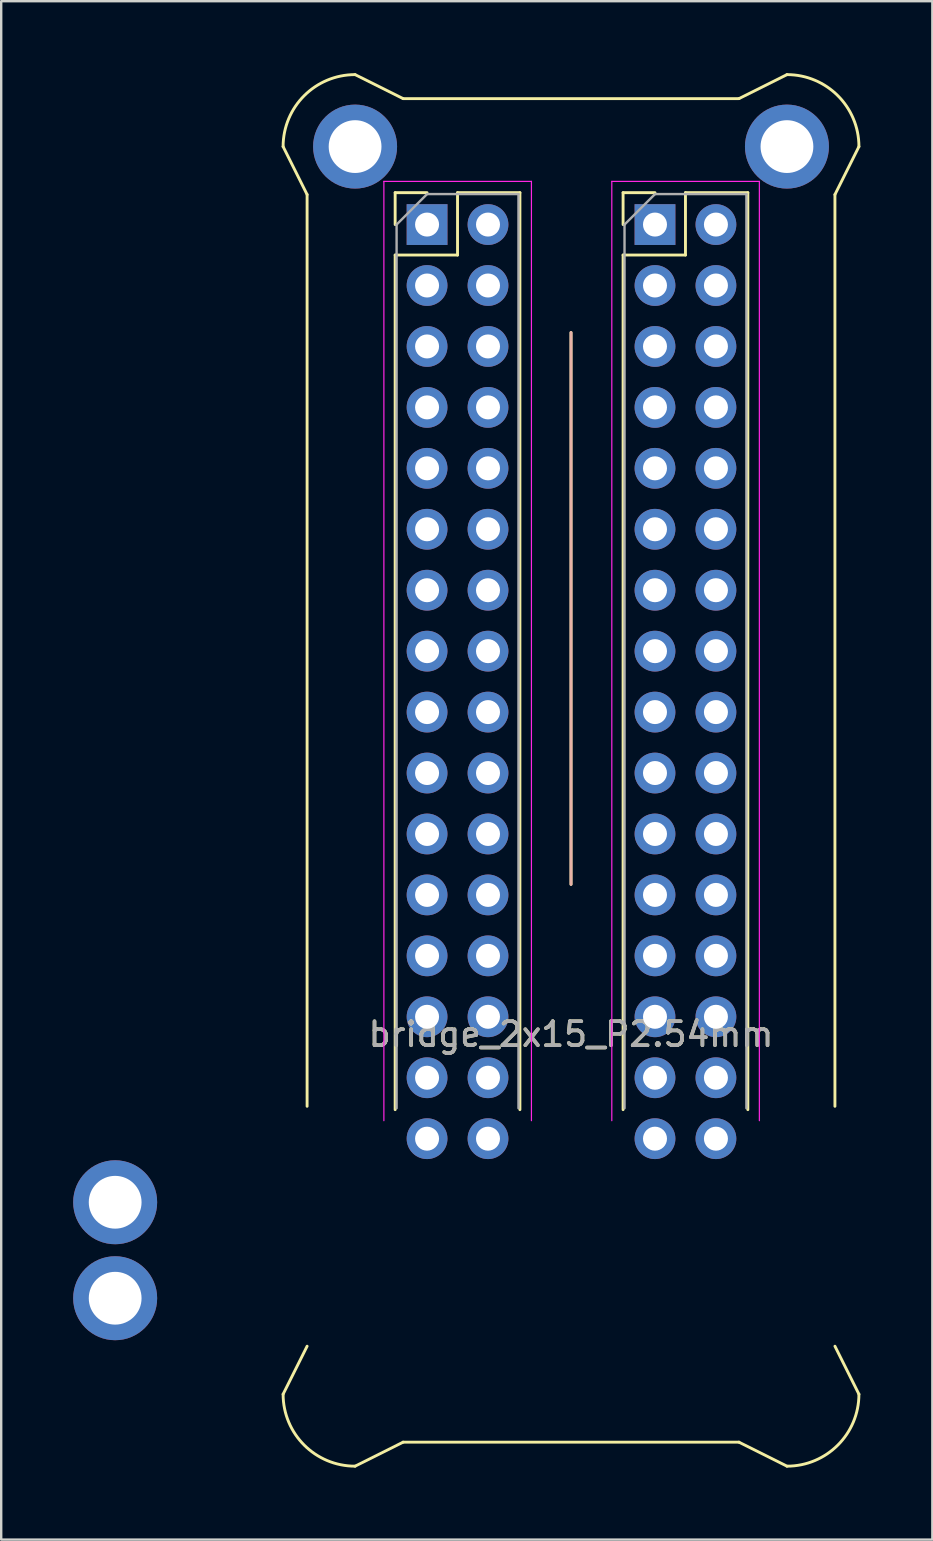
<source format=kicad_pcb>
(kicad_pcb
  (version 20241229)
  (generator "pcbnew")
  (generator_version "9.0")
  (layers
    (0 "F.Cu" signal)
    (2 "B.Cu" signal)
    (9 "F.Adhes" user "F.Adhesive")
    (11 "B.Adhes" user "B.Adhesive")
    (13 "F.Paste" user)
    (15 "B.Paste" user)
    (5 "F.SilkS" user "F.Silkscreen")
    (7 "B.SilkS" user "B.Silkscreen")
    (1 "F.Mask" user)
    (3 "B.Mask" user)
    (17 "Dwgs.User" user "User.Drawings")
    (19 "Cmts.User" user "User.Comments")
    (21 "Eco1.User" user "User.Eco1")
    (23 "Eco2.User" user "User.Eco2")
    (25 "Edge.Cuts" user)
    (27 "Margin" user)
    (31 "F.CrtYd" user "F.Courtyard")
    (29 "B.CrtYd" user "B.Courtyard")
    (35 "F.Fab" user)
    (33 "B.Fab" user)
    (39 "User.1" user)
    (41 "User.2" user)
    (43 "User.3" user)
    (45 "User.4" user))
  (footprint "bridge_2x15_P2.54mm"
    (layer "F.Cu")
    (at 20.75 24.06)
    (property "Reference" "bridge_2x15_P2.54mm" (at 0 16 0) (layer "F.SilkS") (effects (font (size 1 1) (thickness 0.15))))
    (attr through_hole)
    (fp_line (start -12 -21) (end -11 -19) (stroke (width 0.12) (type solid)) (layer "F.SilkS"))
    (fp_line (start -11 -19) (end -11 19) (stroke (width 0.12) (type solid)) (layer "F.SilkS"))
    (fp_line (start -11 29) (end -12 31) (stroke (width 0.12) (type solid)) (layer "F.SilkS"))
    (fp_line (start -9 -24) (end -7 -23) (stroke (width 0.12) (type solid)) (layer "F.SilkS"))
    (fp_line (start -7.33 -19.08) (end -6 -19.08) (stroke (width 0.12) (type solid)) (layer "F.SilkS"))
    (fp_line (start -7.33 -17.75) (end -7.33 -19.08) (stroke (width 0.12) (type solid)) (layer "F.SilkS"))
    (fp_line (start -7.33 -16.48) (end -7.33 19.14) (stroke (width 0.12) (type solid)) (layer "F.SilkS"))
    (fp_line (start -7.33 -16.48) (end -4.73 -16.48) (stroke (width 0.12) (type solid)) (layer "F.SilkS"))
    (fp_line (start -7 -23) (end 7 -23) (stroke (width 0.12) (type solid)) (layer "F.SilkS"))
    (fp_line (start -7 33) (end -9 34) (stroke (width 0.12) (type solid)) (layer "F.SilkS"))
    (fp_line (start -7 33) (end 7 33) (stroke (width 0.12) (type solid)) (layer "F.SilkS"))
    (fp_line (start -4.73 -19.08) (end -2.13 -19.08) (stroke (width 0.12) (type solid)) (layer "F.SilkS"))
    (fp_line (start -4.73 -16.48) (end -4.73 -19.08) (stroke (width 0.12) (type solid)) (layer "F.SilkS"))
    (fp_line (start -2.13 -19.08) (end -2.13 19.14) (stroke (width 0.12) (type solid)) (layer "F.SilkS"))
    (fp_line (start 0 -13.25) (end 0 9.75) (stroke (width 0.12) (type solid)) (layer "F.SilkS"))
    (fp_line (start 2.17 -19.08) (end 3.5 -19.08) (stroke (width 0.12) (type solid)) (layer "F.SilkS"))
    (fp_line (start 2.17 -17.75) (end 2.17 -19.08) (stroke (width 0.12) (type solid)) (layer "F.SilkS"))
    (fp_line (start 2.17 -16.48) (end 2.17 19.14) (stroke (width 0.12) (type solid)) (layer "F.SilkS"))
    (fp_line (start 2.17 -16.48) (end 4.77 -16.48) (stroke (width 0.12) (type solid)) (layer "F.SilkS"))
    (fp_line (start 4.77 -19.08) (end 7.37 -19.08) (stroke (width 0.12) (type solid)) (layer "F.SilkS"))
    (fp_line (start 4.77 -16.48) (end 4.77 -19.08) (stroke (width 0.12) (type solid)) (layer "F.SilkS"))
    (fp_line (start 7 -23) (end 9 -24) (stroke (width 0.12) (type solid)) (layer "F.SilkS"))
    (fp_line (start 7 33) (end 9 34) (stroke (width 0.12) (type solid)) (layer "F.SilkS"))
    (fp_line (start 7.37 -19.08) (end 7.37 19.14) (stroke (width 0.12) (type solid)) (layer "F.SilkS"))
    (fp_line (start 11 -19) (end 11 19) (stroke (width 0.12) (type solid)) (layer "F.SilkS"))
    (fp_line (start 11 -19) (end 12 -21) (stroke (width 0.12) (type solid)) (layer "F.SilkS"))
    (fp_line (start 11 29) (end 12 31) (stroke (width 0.12) (type solid)) (layer "F.SilkS"))
    (fp_arc (start -12 -21) (mid -11.12132 -23.12132) (end -9 -24) (stroke (width 0.12) (type solid)) (layer "F.SilkS"))
    (fp_arc (start -9 34) (mid -11.12132 33.12132) (end -12 31) (stroke (width 0.12) (type solid)) (layer "F.SilkS"))
    (fp_arc (start 9 -24) (mid 11.12132 -23.12132) (end 12 -21) (stroke (width 0.12) (type solid)) (layer "F.SilkS"))
    (fp_arc (start 12 31) (mid 11.12132 33.12132) (end 9 34) (stroke (width 0.12) (type solid)) (layer "F.SilkS"))
    (fp_line (start 0 -13.25) (end 0 9.75) (stroke (width 0.12) (type solid)) (layer "B.SilkS"))
    (fp_line (start -7.8 -19.55) (end -7.8 19.6) (stroke (width 0.05) (type solid)) (layer "F.CrtYd"))
    (fp_line (start -1.65 -19.55) (end -7.8 -19.55) (stroke (width 0.05) (type solid)) (layer "F.CrtYd"))
    (fp_line (start -1.65 19.6) (end -1.65 -19.55) (stroke (width 0.05) (type solid)) (layer "F.CrtYd"))
    (fp_line (start 1.7 -19.55) (end 1.7 19.6) (stroke (width 0.05) (type solid)) (layer "F.CrtYd"))
    (fp_line (start 7.85 -19.55) (end 1.7 -19.55) (stroke (width 0.05) (type solid)) (layer "F.CrtYd"))
    (fp_line (start 7.85 19.6) (end 7.85 -19.55) (stroke (width 0.05) (type solid)) (layer "F.CrtYd"))
    (fp_line (start -7.27 -17.75) (end -6 -19.02) (stroke (width 0.1) (type solid)) (layer "F.Fab"))
    (fp_line (start -7.27 19.08) (end -7.27 -17.75) (stroke (width 0.1) (type solid)) (layer "F.Fab"))
    (fp_line (start -6 -19.02) (end -2.19 -19.02) (stroke (width 0.1) (type solid)) (layer "F.Fab"))
    (fp_line (start -2.19 -19.02) (end -2.19 19.08) (stroke (width 0.1) (type solid)) (layer "F.Fab"))
    (fp_line (start 2.23 -17.75) (end 3.5 -19.02) (stroke (width 0.1) (type solid)) (layer "F.Fab"))
    (fp_line (start 2.23 19.08) (end 2.23 -17.75) (stroke (width 0.1) (type solid)) (layer "F.Fab"))
    (fp_line (start 3.5 -19.02) (end 7.31 -19.02) (stroke (width 0.1) (type solid)) (layer "F.Fab"))
    (fp_line (start 7.31 -19.02) (end 7.31 19.08) (stroke (width 0.1) (type solid)) (layer "F.Fab"))
    (fp_text user "${REFERENCE}" (at 0 16 180) (layer "F.Fab") (effects (font (size 1 1) (thickness 0.15))))
    (pad "" thru_hole circle (at -19 23) (size 3.5 3.5) (drill 2.2) (layers "*.Cu" "*.Mask"))
    (pad "" thru_hole circle (at -19 27) (size 3.5 3.5) (drill 2.2) (layers "*.Cu" "*.Mask"))
    (pad "" thru_hole circle (at -9 -21) (size 3.5 3.5) (drill 2.2) (layers "*.Cu" "*.Mask"))
    (pad "" thru_hole circle (at 9 -21) (size 3.5 3.5) (drill 2.2) (layers "*.Cu" "*.Mask"))
    (pad "1" thru_hole rect (at -6 -17.75) (size 1.7 1.7) (drill 1) (layers "*.Cu" "*.Mask"))
    (pad "1" thru_hole rect (at 3.5 -17.75) (size 1.7 1.7) (drill 1) (layers "*.Cu" "*.Mask"))
    (pad "2" thru_hole oval (at -3.46 -17.75) (size 1.7 1.7) (drill 1) (layers "*.Cu" "*.Mask"))
    (pad "2" thru_hole oval (at 6.04 -17.75) (size 1.7 1.7) (drill 1) (layers "*.Cu" "*.Mask"))
    (pad "3" thru_hole oval (at -6 -15.21) (size 1.7 1.7) (drill 1) (layers "*.Cu" "*.Mask"))
    (pad "3" thru_hole oval (at 3.5 -15.21) (size 1.7 1.7) (drill 1) (layers "*.Cu" "*.Mask"))
    (pad "4" thru_hole oval (at -3.46 -15.21) (size 1.7 1.7) (drill 1) (layers "*.Cu" "*.Mask"))
    (pad "4" thru_hole oval (at 6.04 -15.21) (size 1.7 1.7) (drill 1) (layers "*.Cu" "*.Mask"))
    (pad "5" thru_hole oval (at -6 -12.67) (size 1.7 1.7) (drill 1) (layers "*.Cu" "*.Mask"))
    (pad "5" thru_hole oval (at 3.5 -12.67) (size 1.7 1.7) (drill 1) (layers "*.Cu" "*.Mask"))
    (pad "6" thru_hole oval (at -3.46 -12.67) (size 1.7 1.7) (drill 1) (layers "*.Cu" "*.Mask"))
    (pad "6" thru_hole oval (at 6.04 -12.67) (size 1.7 1.7) (drill 1) (layers "*.Cu" "*.Mask"))
    (pad "7" thru_hole oval (at -6 -10.13) (size 1.7 1.7) (drill 1) (layers "*.Cu" "*.Mask"))
    (pad "7" thru_hole oval (at 3.5 -10.13) (size 1.7 1.7) (drill 1) (layers "*.Cu" "*.Mask"))
    (pad "8" thru_hole oval (at -3.46 -10.13) (size 1.7 1.7) (drill 1) (layers "*.Cu" "*.Mask"))
    (pad "8" thru_hole oval (at 6.04 -10.13) (size 1.7 1.7) (drill 1) (layers "*.Cu" "*.Mask"))
    (pad "9" thru_hole oval (at -6 -7.59) (size 1.7 1.7) (drill 1) (layers "*.Cu" "*.Mask"))
    (pad "9" thru_hole oval (at 3.5 -7.59) (size 1.7 1.7) (drill 1) (layers "*.Cu" "*.Mask"))
    (pad "10" thru_hole oval (at -3.46 -7.59) (size 1.7 1.7) (drill 1) (layers "*.Cu" "*.Mask"))
    (pad "10" thru_hole oval (at 6.04 -7.59) (size 1.7 1.7) (drill 1) (layers "*.Cu" "*.Mask"))
    (pad "11" thru_hole oval (at -6 -5.05) (size 1.7 1.7) (drill 1) (layers "*.Cu" "*.Mask"))
    (pad "11" thru_hole oval (at 3.5 -5.05) (size 1.7 1.7) (drill 1) (layers "*.Cu" "*.Mask"))
    (pad "12" thru_hole oval (at -3.46 -5.05) (size 1.7 1.7) (drill 1) (layers "*.Cu" "*.Mask"))
    (pad "12" thru_hole oval (at 6.04 -5.05) (size 1.7 1.7) (drill 1) (layers "*.Cu" "*.Mask"))
    (pad "13" thru_hole oval (at -6 -2.51) (size 1.7 1.7) (drill 1) (layers "*.Cu" "*.Mask"))
    (pad "13" thru_hole oval (at 3.5 -2.51) (size 1.7 1.7) (drill 1) (layers "*.Cu" "*.Mask"))
    (pad "14" thru_hole oval (at -3.46 -2.51) (size 1.7 1.7) (drill 1) (layers "*.Cu" "*.Mask"))
    (pad "14" thru_hole oval (at 6.04 -2.51) (size 1.7 1.7) (drill 1) (layers "*.Cu" "*.Mask"))
    (pad "15" thru_hole oval (at -6 0.03) (size 1.7 1.7) (drill 1) (layers "*.Cu" "*.Mask"))
    (pad "15" thru_hole oval (at 3.5 0.03) (size 1.7 1.7) (drill 1) (layers "*.Cu" "*.Mask"))
    (pad "16" thru_hole oval (at -3.46 0.03) (size 1.7 1.7) (drill 1) (layers "*.Cu" "*.Mask"))
    (pad "16" thru_hole oval (at 6.04 0.03) (size 1.7 1.7) (drill 1) (layers "*.Cu" "*.Mask"))
    (pad "17" thru_hole oval (at -6 2.57) (size 1.7 1.7) (drill 1) (layers "*.Cu" "*.Mask"))
    (pad "17" thru_hole oval (at 3.5 2.57) (size 1.7 1.7) (drill 1) (layers "*.Cu" "*.Mask"))
    (pad "18" thru_hole oval (at -3.46 2.57) (size 1.7 1.7) (drill 1) (layers "*.Cu" "*.Mask"))
    (pad "18" thru_hole oval (at 6.04 2.57) (size 1.7 1.7) (drill 1) (layers "*.Cu" "*.Mask"))
    (pad "19" thru_hole oval (at -6 5.11) (size 1.7 1.7) (drill 1) (layers "*.Cu" "*.Mask"))
    (pad "19" thru_hole oval (at 3.5 5.11) (size 1.7 1.7) (drill 1) (layers "*.Cu" "*.Mask"))
    (pad "20" thru_hole oval (at -3.46 5.11) (size 1.7 1.7) (drill 1) (layers "*.Cu" "*.Mask"))
    (pad "20" thru_hole oval (at 6.04 5.11) (size 1.7 1.7) (drill 1) (layers "*.Cu" "*.Mask"))
    (pad "21" thru_hole oval (at -6 7.65) (size 1.7 1.7) (drill 1) (layers "*.Cu" "*.Mask"))
    (pad "21" thru_hole oval (at 3.5 7.65) (size 1.7 1.7) (drill 1) (layers "*.Cu" "*.Mask"))
    (pad "22" thru_hole oval (at -3.46 7.65) (size 1.7 1.7) (drill 1) (layers "*.Cu" "*.Mask"))
    (pad "22" thru_hole oval (at 6.04 7.65) (size 1.7 1.7) (drill 1) (layers "*.Cu" "*.Mask"))
    (pad "23" thru_hole oval (at -6 10.19) (size 1.7 1.7) (drill 1) (layers "*.Cu" "*.Mask"))
    (pad "23" thru_hole oval (at 3.5 10.19) (size 1.7 1.7) (drill 1) (layers "*.Cu" "*.Mask"))
    (pad "24" thru_hole oval (at -3.46 10.19) (size 1.7 1.7) (drill 1) (layers "*.Cu" "*.Mask"))
    (pad "24" thru_hole oval (at 6.04 10.19) (size 1.7 1.7) (drill 1) (layers "*.Cu" "*.Mask"))
    (pad "25" thru_hole oval (at -6 12.73) (size 1.7 1.7) (drill 1) (layers "*.Cu" "*.Mask"))
    (pad "25" thru_hole oval (at 3.5 12.73) (size 1.7 1.7) (drill 1) (layers "*.Cu" "*.Mask"))
    (pad "26" thru_hole oval (at -3.46 12.73) (size 1.7 1.7) (drill 1) (layers "*.Cu" "*.Mask"))
    (pad "26" thru_hole oval (at 6.04 12.73) (size 1.7 1.7) (drill 1) (layers "*.Cu" "*.Mask"))
    (pad "27" thru_hole oval (at -6 15.27) (size 1.7 1.7) (drill 1) (layers "*.Cu" "*.Mask"))
    (pad "27" thru_hole oval (at 3.5 15.27) (size 1.7 1.7) (drill 1) (layers "*.Cu" "*.Mask"))
    (pad "28" thru_hole oval (at -3.46 15.27) (size 1.7 1.7) (drill 1) (layers "*.Cu" "*.Mask"))
    (pad "28" thru_hole oval (at 6.04 15.27) (size 1.7 1.7) (drill 1) (layers "*.Cu" "*.Mask"))
    (pad "29" thru_hole oval (at -6 17.81) (size 1.7 1.7) (drill 1) (layers "*.Cu" "*.Mask"))
    (pad "29" thru_hole oval (at 3.5 17.81) (size 1.7 1.7) (drill 1) (layers "*.Cu" "*.Mask"))
    (pad "30" thru_hole oval (at -3.46 17.81) (size 1.7 1.7) (drill 1) (layers "*.Cu" "*.Mask"))
    (pad "30" thru_hole oval (at 6.04 17.81) (size 1.7 1.7) (drill 1) (layers "*.Cu" "*.Mask"))
    (pad "31" thru_hole oval (at -6 20.35) (size 1.7 1.7) (drill 1) (layers "*.Cu" "*.Mask"))
    (pad "31" thru_hole oval (at 3.5 20.35) (size 1.7 1.7) (drill 1) (layers "*.Cu" "*.Mask"))
    (pad "32" thru_hole oval (at -3.46 20.35) (size 1.7 1.7) (drill 1) (layers "*.Cu" "*.Mask"))
    (pad "32" thru_hole oval (at 6.04 20.35) (size 1.7 1.7) (drill 1) (layers "*.Cu" "*.Mask")))
  (gr_rect
    (start -3 -3)
    (end 35.81 61.12)
    (stroke (width 0.1) (type default))
    (fill no)
    (layer "Edge.Cuts")))
</source>
